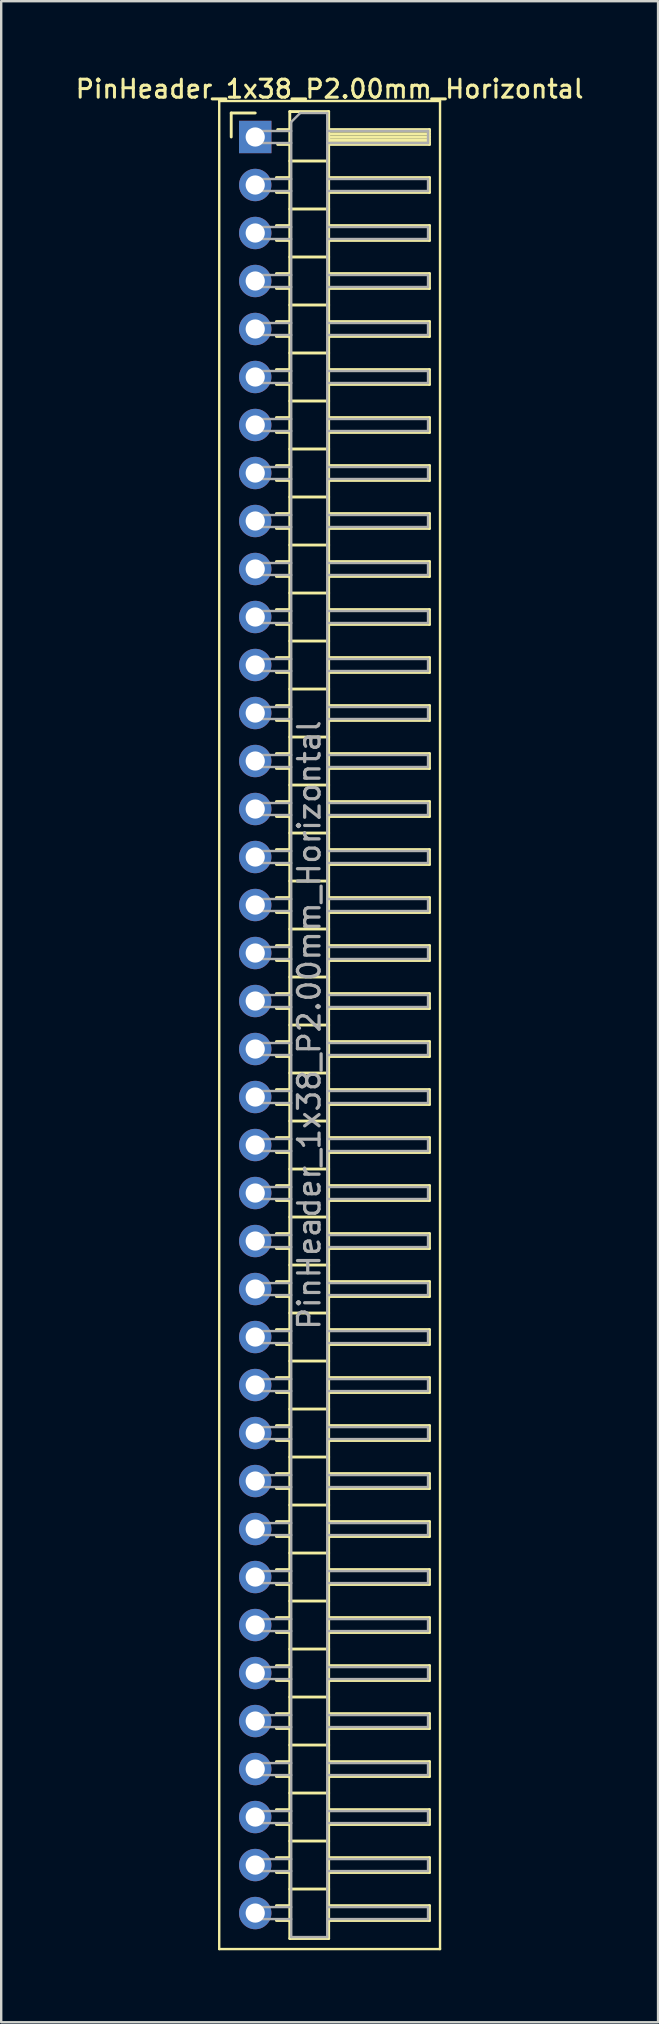
<source format=kicad_pcb>
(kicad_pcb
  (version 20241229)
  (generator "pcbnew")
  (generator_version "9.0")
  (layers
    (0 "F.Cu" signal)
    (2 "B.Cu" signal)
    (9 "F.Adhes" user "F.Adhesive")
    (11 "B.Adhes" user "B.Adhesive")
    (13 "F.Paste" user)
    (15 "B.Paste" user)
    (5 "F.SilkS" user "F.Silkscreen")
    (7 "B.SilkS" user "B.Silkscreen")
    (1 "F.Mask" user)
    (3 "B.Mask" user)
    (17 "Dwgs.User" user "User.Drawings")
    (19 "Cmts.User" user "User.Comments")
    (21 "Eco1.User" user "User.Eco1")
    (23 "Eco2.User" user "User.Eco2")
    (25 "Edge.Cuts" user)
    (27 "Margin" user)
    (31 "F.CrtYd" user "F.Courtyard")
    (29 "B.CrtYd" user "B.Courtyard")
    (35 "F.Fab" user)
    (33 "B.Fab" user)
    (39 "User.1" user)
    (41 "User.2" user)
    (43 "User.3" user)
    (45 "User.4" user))
  (footprint "PinHeader_1x38_P2.00mm_Horizontal"
    (layer "F.Cu")
    (at 7.584 2.658)
    (property "Reference" "PinHeader_1x38_P2.00mm_Horizontal" (at 3.1 -2 0) (layer "F.SilkS") (effects (font (size 0.75 0.75) (thickness 0.125))))
    (attr through_hole)
    (fp_line (start -1.5 -1.5) (end -1.5 75.5) (stroke (width 0.1) (type solid)) (layer "F.SilkS"))
    (fp_line (start -1.5 75.5) (end 7.7 75.5) (stroke (width 0.1) (type solid)) (layer "F.SilkS"))
    (fp_line (start -1 -1) (end 0 -1) (stroke (width 0.12) (type solid)) (layer "F.SilkS"))
    (fp_line (start -1 0) (end -1 -1) (stroke (width 0.12) (type solid)) (layer "F.SilkS"))
    (fp_line (start 0.882 1.69) (end 1.44 1.69) (stroke (width 0.12) (type solid)) (layer "F.SilkS"))
    (fp_line (start 0.882 2.31) (end 1.44 2.31) (stroke (width 0.12) (type solid)) (layer "F.SilkS"))
    (fp_line (start 0.882 3.69) (end 1.44 3.69) (stroke (width 0.12) (type solid)) (layer "F.SilkS"))
    (fp_line (start 0.882 4.31) (end 1.44 4.31) (stroke (width 0.12) (type solid)) (layer "F.SilkS"))
    (fp_line (start 0.882 5.69) (end 1.44 5.69) (stroke (width 0.12) (type solid)) (layer "F.SilkS"))
    (fp_line (start 0.882 6.31) (end 1.44 6.31) (stroke (width 0.12) (type solid)) (layer "F.SilkS"))
    (fp_line (start 0.882 7.69) (end 1.44 7.69) (stroke (width 0.12) (type solid)) (layer "F.SilkS"))
    (fp_line (start 0.882 8.31) (end 1.44 8.31) (stroke (width 0.12) (type solid)) (layer "F.SilkS"))
    (fp_line (start 0.882 9.69) (end 1.44 9.69) (stroke (width 0.12) (type solid)) (layer "F.SilkS"))
    (fp_line (start 0.882 10.31) (end 1.44 10.31) (stroke (width 0.12) (type solid)) (layer "F.SilkS"))
    (fp_line (start 0.882 11.69) (end 1.44 11.69) (stroke (width 0.12) (type solid)) (layer "F.SilkS"))
    (fp_line (start 0.882 12.31) (end 1.44 12.31) (stroke (width 0.12) (type solid)) (layer "F.SilkS"))
    (fp_line (start 0.882 13.69) (end 1.44 13.69) (stroke (width 0.12) (type solid)) (layer "F.SilkS"))
    (fp_line (start 0.882 14.31) (end 1.44 14.31) (stroke (width 0.12) (type solid)) (layer "F.SilkS"))
    (fp_line (start 0.882 15.69) (end 1.44 15.69) (stroke (width 0.12) (type solid)) (layer "F.SilkS"))
    (fp_line (start 0.882 16.31) (end 1.44 16.31) (stroke (width 0.12) (type solid)) (layer "F.SilkS"))
    (fp_line (start 0.882 17.69) (end 1.44 17.69) (stroke (width 0.12) (type solid)) (layer "F.SilkS"))
    (fp_line (start 0.882 18.31) (end 1.44 18.31) (stroke (width 0.12) (type solid)) (layer "F.SilkS"))
    (fp_line (start 0.882 19.69) (end 1.44 19.69) (stroke (width 0.12) (type solid)) (layer "F.SilkS"))
    (fp_line (start 0.882 20.31) (end 1.44 20.31) (stroke (width 0.12) (type solid)) (layer "F.SilkS"))
    (fp_line (start 0.882 21.69) (end 1.44 21.69) (stroke (width 0.12) (type solid)) (layer "F.SilkS"))
    (fp_line (start 0.882 22.31) (end 1.44 22.31) (stroke (width 0.12) (type solid)) (layer "F.SilkS"))
    (fp_line (start 0.882 23.69) (end 1.44 23.69) (stroke (width 0.12) (type solid)) (layer "F.SilkS"))
    (fp_line (start 0.882 24.31) (end 1.44 24.31) (stroke (width 0.12) (type solid)) (layer "F.SilkS"))
    (fp_line (start 0.882 25.69) (end 1.44 25.69) (stroke (width 0.12) (type solid)) (layer "F.SilkS"))
    (fp_line (start 0.882 26.31) (end 1.44 26.31) (stroke (width 0.12) (type solid)) (layer "F.SilkS"))
    (fp_line (start 0.882 27.69) (end 1.44 27.69) (stroke (width 0.12) (type solid)) (layer "F.SilkS"))
    (fp_line (start 0.882 28.31) (end 1.44 28.31) (stroke (width 0.12) (type solid)) (layer "F.SilkS"))
    (fp_line (start 0.882 29.69) (end 1.44 29.69) (stroke (width 0.12) (type solid)) (layer "F.SilkS"))
    (fp_line (start 0.882 30.31) (end 1.44 30.31) (stroke (width 0.12) (type solid)) (layer "F.SilkS"))
    (fp_line (start 0.882 31.69) (end 1.44 31.69) (stroke (width 0.12) (type solid)) (layer "F.SilkS"))
    (fp_line (start 0.882 32.31) (end 1.44 32.31) (stroke (width 0.12) (type solid)) (layer "F.SilkS"))
    (fp_line (start 0.882 33.69) (end 1.44 33.69) (stroke (width 0.12) (type solid)) (layer "F.SilkS"))
    (fp_line (start 0.882 34.31) (end 1.44 34.31) (stroke (width 0.12) (type solid)) (layer "F.SilkS"))
    (fp_line (start 0.882 35.69) (end 1.44 35.69) (stroke (width 0.12) (type solid)) (layer "F.SilkS"))
    (fp_line (start 0.882 36.31) (end 1.44 36.31) (stroke (width 0.12) (type solid)) (layer "F.SilkS"))
    (fp_line (start 0.882 37.69) (end 1.44 37.69) (stroke (width 0.12) (type solid)) (layer "F.SilkS"))
    (fp_line (start 0.882 38.31) (end 1.44 38.31) (stroke (width 0.12) (type solid)) (layer "F.SilkS"))
    (fp_line (start 0.882 39.69) (end 1.44 39.69) (stroke (width 0.12) (type solid)) (layer "F.SilkS"))
    (fp_line (start 0.882 40.31) (end 1.44 40.31) (stroke (width 0.12) (type solid)) (layer "F.SilkS"))
    (fp_line (start 0.882 41.69) (end 1.44 41.69) (stroke (width 0.12) (type solid)) (layer "F.SilkS"))
    (fp_line (start 0.882 42.31) (end 1.44 42.31) (stroke (width 0.12) (type solid)) (layer "F.SilkS"))
    (fp_line (start 0.882 43.69) (end 1.44 43.69) (stroke (width 0.12) (type solid)) (layer "F.SilkS"))
    (fp_line (start 0.882 44.31) (end 1.44 44.31) (stroke (width 0.12) (type solid)) (layer "F.SilkS"))
    (fp_line (start 0.882 45.69) (end 1.44 45.69) (stroke (width 0.12) (type solid)) (layer "F.SilkS"))
    (fp_line (start 0.882 46.31) (end 1.44 46.31) (stroke (width 0.12) (type solid)) (layer "F.SilkS"))
    (fp_line (start 0.882 47.69) (end 1.44 47.69) (stroke (width 0.12) (type solid)) (layer "F.SilkS"))
    (fp_line (start 0.882 48.31) (end 1.44 48.31) (stroke (width 0.12) (type solid)) (layer "F.SilkS"))
    (fp_line (start 0.882 49.69) (end 1.44 49.69) (stroke (width 0.12) (type solid)) (layer "F.SilkS"))
    (fp_line (start 0.882 50.31) (end 1.44 50.31) (stroke (width 0.12) (type solid)) (layer "F.SilkS"))
    (fp_line (start 0.882 51.69) (end 1.44 51.69) (stroke (width 0.12) (type solid)) (layer "F.SilkS"))
    (fp_line (start 0.882 52.31) (end 1.44 52.31) (stroke (width 0.12) (type solid)) (layer "F.SilkS"))
    (fp_line (start 0.882 53.69) (end 1.44 53.69) (stroke (width 0.12) (type solid)) (layer "F.SilkS"))
    (fp_line (start 0.882 54.31) (end 1.44 54.31) (stroke (width 0.12) (type solid)) (layer "F.SilkS"))
    (fp_line (start 0.882 55.69) (end 1.44 55.69) (stroke (width 0.12) (type solid)) (layer "F.SilkS"))
    (fp_line (start 0.882 56.31) (end 1.44 56.31) (stroke (width 0.12) (type solid)) (layer "F.SilkS"))
    (fp_line (start 0.882 57.69) (end 1.44 57.69) (stroke (width 0.12) (type solid)) (layer "F.SilkS"))
    (fp_line (start 0.882 58.31) (end 1.44 58.31) (stroke (width 0.12) (type solid)) (layer "F.SilkS"))
    (fp_line (start 0.882 59.69) (end 1.44 59.69) (stroke (width 0.12) (type solid)) (layer "F.SilkS"))
    (fp_line (start 0.882 60.31) (end 1.44 60.31) (stroke (width 0.12) (type solid)) (layer "F.SilkS"))
    (fp_line (start 0.882 61.69) (end 1.44 61.69) (stroke (width 0.12) (type solid)) (layer "F.SilkS"))
    (fp_line (start 0.882 62.31) (end 1.44 62.31) (stroke (width 0.12) (type solid)) (layer "F.SilkS"))
    (fp_line (start 0.882 63.69) (end 1.44 63.69) (stroke (width 0.12) (type solid)) (layer "F.SilkS"))
    (fp_line (start 0.882 64.31) (end 1.44 64.31) (stroke (width 0.12) (type solid)) (layer "F.SilkS"))
    (fp_line (start 0.882 65.69) (end 1.44 65.69) (stroke (width 0.12) (type solid)) (layer "F.SilkS"))
    (fp_line (start 0.882 66.31) (end 1.44 66.31) (stroke (width 0.12) (type solid)) (layer "F.SilkS"))
    (fp_line (start 0.882 67.69) (end 1.44 67.69) (stroke (width 0.12) (type solid)) (layer "F.SilkS"))
    (fp_line (start 0.882 68.31) (end 1.44 68.31) (stroke (width 0.12) (type solid)) (layer "F.SilkS"))
    (fp_line (start 0.882 69.69) (end 1.44 69.69) (stroke (width 0.12) (type solid)) (layer "F.SilkS"))
    (fp_line (start 0.882 70.31) (end 1.44 70.31) (stroke (width 0.12) (type solid)) (layer "F.SilkS"))
    (fp_line (start 0.882 71.69) (end 1.44 71.69) (stroke (width 0.12) (type solid)) (layer "F.SilkS"))
    (fp_line (start 0.882 72.31) (end 1.44 72.31) (stroke (width 0.12) (type solid)) (layer "F.SilkS"))
    (fp_line (start 0.882 73.69) (end 1.44 73.69) (stroke (width 0.12) (type solid)) (layer "F.SilkS"))
    (fp_line (start 0.882 74.31) (end 1.44 74.31) (stroke (width 0.12) (type solid)) (layer "F.SilkS"))
    (fp_line (start 0.935 -0.31) (end 1.44 -0.31) (stroke (width 0.12) (type solid)) (layer "F.SilkS"))
    (fp_line (start 0.935 0.31) (end 1.44 0.31) (stroke (width 0.12) (type solid)) (layer "F.SilkS"))
    (fp_line (start 1.44 -1.06) (end 1.44 75.06) (stroke (width 0.12) (type solid)) (layer "F.SilkS"))
    (fp_line (start 1.44 1) (end 3.06 1) (stroke (width 0.12) (type solid)) (layer "F.SilkS"))
    (fp_line (start 1.44 3) (end 3.06 3) (stroke (width 0.12) (type solid)) (layer "F.SilkS"))
    (fp_line (start 1.44 5) (end 3.06 5) (stroke (width 0.12) (type solid)) (layer "F.SilkS"))
    (fp_line (start 1.44 7) (end 3.06 7) (stroke (width 0.12) (type solid)) (layer "F.SilkS"))
    (fp_line (start 1.44 9) (end 3.06 9) (stroke (width 0.12) (type solid)) (layer "F.SilkS"))
    (fp_line (start 1.44 11) (end 3.06 11) (stroke (width 0.12) (type solid)) (layer "F.SilkS"))
    (fp_line (start 1.44 13) (end 3.06 13) (stroke (width 0.12) (type solid)) (layer "F.SilkS"))
    (fp_line (start 1.44 15) (end 3.06 15) (stroke (width 0.12) (type solid)) (layer "F.SilkS"))
    (fp_line (start 1.44 17) (end 3.06 17) (stroke (width 0.12) (type solid)) (layer "F.SilkS"))
    (fp_line (start 1.44 19) (end 3.06 19) (stroke (width 0.12) (type solid)) (layer "F.SilkS"))
    (fp_line (start 1.44 21) (end 3.06 21) (stroke (width 0.12) (type solid)) (layer "F.SilkS"))
    (fp_line (start 1.44 23) (end 3.06 23) (stroke (width 0.12) (type solid)) (layer "F.SilkS"))
    (fp_line (start 1.44 25) (end 3.06 25) (stroke (width 0.12) (type solid)) (layer "F.SilkS"))
    (fp_line (start 1.44 27) (end 3.06 27) (stroke (width 0.12) (type solid)) (layer "F.SilkS"))
    (fp_line (start 1.44 29) (end 3.06 29) (stroke (width 0.12) (type solid)) (layer "F.SilkS"))
    (fp_line (start 1.44 31) (end 3.06 31) (stroke (width 0.12) (type solid)) (layer "F.SilkS"))
    (fp_line (start 1.44 33) (end 3.06 33) (stroke (width 0.12) (type solid)) (layer "F.SilkS"))
    (fp_line (start 1.44 35) (end 3.06 35) (stroke (width 0.12) (type solid)) (layer "F.SilkS"))
    (fp_line (start 1.44 37) (end 3.06 37) (stroke (width 0.12) (type solid)) (layer "F.SilkS"))
    (fp_line (start 1.44 39) (end 3.06 39) (stroke (width 0.12) (type solid)) (layer "F.SilkS"))
    (fp_line (start 1.44 41) (end 3.06 41) (stroke (width 0.12) (type solid)) (layer "F.SilkS"))
    (fp_line (start 1.44 43) (end 3.06 43) (stroke (width 0.12) (type solid)) (layer "F.SilkS"))
    (fp_line (start 1.44 45) (end 3.06 45) (stroke (width 0.12) (type solid)) (layer "F.SilkS"))
    (fp_line (start 1.44 47) (end 3.06 47) (stroke (width 0.12) (type solid)) (layer "F.SilkS"))
    (fp_line (start 1.44 49) (end 3.06 49) (stroke (width 0.12) (type solid)) (layer "F.SilkS"))
    (fp_line (start 1.44 51) (end 3.06 51) (stroke (width 0.12) (type solid)) (layer "F.SilkS"))
    (fp_line (start 1.44 53) (end 3.06 53) (stroke (width 0.12) (type solid)) (layer "F.SilkS"))
    (fp_line (start 1.44 55) (end 3.06 55) (stroke (width 0.12) (type solid)) (layer "F.SilkS"))
    (fp_line (start 1.44 57) (end 3.06 57) (stroke (width 0.12) (type solid)) (layer "F.SilkS"))
    (fp_line (start 1.44 59) (end 3.06 59) (stroke (width 0.12) (type solid)) (layer "F.SilkS"))
    (fp_line (start 1.44 61) (end 3.06 61) (stroke (width 0.12) (type solid)) (layer "F.SilkS"))
    (fp_line (start 1.44 63) (end 3.06 63) (stroke (width 0.12) (type solid)) (layer "F.SilkS"))
    (fp_line (start 1.44 65) (end 3.06 65) (stroke (width 0.12) (type solid)) (layer "F.SilkS"))
    (fp_line (start 1.44 67) (end 3.06 67) (stroke (width 0.12) (type solid)) (layer "F.SilkS"))
    (fp_line (start 1.44 69) (end 3.06 69) (stroke (width 0.12) (type solid)) (layer "F.SilkS"))
    (fp_line (start 1.44 71) (end 3.06 71) (stroke (width 0.12) (type solid)) (layer "F.SilkS"))
    (fp_line (start 1.44 73) (end 3.06 73) (stroke (width 0.12) (type solid)) (layer "F.SilkS"))
    (fp_line (start 1.44 75.06) (end 3.06 75.06) (stroke (width 0.12) (type solid)) (layer "F.SilkS"))
    (fp_line (start 3.06 -1.06) (end 1.44 -1.06) (stroke (width 0.12) (type solid)) (layer "F.SilkS"))
    (fp_line (start 3.06 -0.31) (end 7.26 -0.31) (stroke (width 0.12) (type solid)) (layer "F.SilkS"))
    (fp_line (start 3.06 -0.25) (end 7.26 -0.25) (stroke (width 0.12) (type solid)) (layer "F.SilkS"))
    (fp_line (start 3.06 -0.13) (end 7.26 -0.13) (stroke (width 0.12) (type solid)) (layer "F.SilkS"))
    (fp_line (start 3.06 -0.01) (end 7.26 -0.01) (stroke (width 0.12) (type solid)) (layer "F.SilkS"))
    (fp_line (start 3.06 0.11) (end 7.26 0.11) (stroke (width 0.12) (type solid)) (layer "F.SilkS"))
    (fp_line (start 3.06 0.23) (end 7.26 0.23) (stroke (width 0.12) (type solid)) (layer "F.SilkS"))
    (fp_line (start 3.06 1.69) (end 7.26 1.69) (stroke (width 0.12) (type solid)) (layer "F.SilkS"))
    (fp_line (start 3.06 3.69) (end 7.26 3.69) (stroke (width 0.12) (type solid)) (layer "F.SilkS"))
    (fp_line (start 3.06 5.69) (end 7.26 5.69) (stroke (width 0.12) (type solid)) (layer "F.SilkS"))
    (fp_line (start 3.06 7.69) (end 7.26 7.69) (stroke (width 0.12) (type solid)) (layer "F.SilkS"))
    (fp_line (start 3.06 9.69) (end 7.26 9.69) (stroke (width 0.12) (type solid)) (layer "F.SilkS"))
    (fp_line (start 3.06 11.69) (end 7.26 11.69) (stroke (width 0.12) (type solid)) (layer "F.SilkS"))
    (fp_line (start 3.06 13.69) (end 7.26 13.69) (stroke (width 0.12) (type solid)) (layer "F.SilkS"))
    (fp_line (start 3.06 15.69) (end 7.26 15.69) (stroke (width 0.12) (type solid)) (layer "F.SilkS"))
    (fp_line (start 3.06 17.69) (end 7.26 17.69) (stroke (width 0.12) (type solid)) (layer "F.SilkS"))
    (fp_line (start 3.06 19.69) (end 7.26 19.69) (stroke (width 0.12) (type solid)) (layer "F.SilkS"))
    (fp_line (start 3.06 21.69) (end 7.26 21.69) (stroke (width 0.12) (type solid)) (layer "F.SilkS"))
    (fp_line (start 3.06 23.69) (end 7.26 23.69) (stroke (width 0.12) (type solid)) (layer "F.SilkS"))
    (fp_line (start 3.06 25.69) (end 7.26 25.69) (stroke (width 0.12) (type solid)) (layer "F.SilkS"))
    (fp_line (start 3.06 27.69) (end 7.26 27.69) (stroke (width 0.12) (type solid)) (layer "F.SilkS"))
    (fp_line (start 3.06 29.69) (end 7.26 29.69) (stroke (width 0.12) (type solid)) (layer "F.SilkS"))
    (fp_line (start 3.06 31.69) (end 7.26 31.69) (stroke (width 0.12) (type solid)) (layer "F.SilkS"))
    (fp_line (start 3.06 33.69) (end 7.26 33.69) (stroke (width 0.12) (type solid)) (layer "F.SilkS"))
    (fp_line (start 3.06 35.69) (end 7.26 35.69) (stroke (width 0.12) (type solid)) (layer "F.SilkS"))
    (fp_line (start 3.06 37.69) (end 7.26 37.69) (stroke (width 0.12) (type solid)) (layer "F.SilkS"))
    (fp_line (start 3.06 39.69) (end 7.26 39.69) (stroke (width 0.12) (type solid)) (layer "F.SilkS"))
    (fp_line (start 3.06 41.69) (end 7.26 41.69) (stroke (width 0.12) (type solid)) (layer "F.SilkS"))
    (fp_line (start 3.06 43.69) (end 7.26 43.69) (stroke (width 0.12) (type solid)) (layer "F.SilkS"))
    (fp_line (start 3.06 45.69) (end 7.26 45.69) (stroke (width 0.12) (type solid)) (layer "F.SilkS"))
    (fp_line (start 3.06 47.69) (end 7.26 47.69) (stroke (width 0.12) (type solid)) (layer "F.SilkS"))
    (fp_line (start 3.06 49.69) (end 7.26 49.69) (stroke (width 0.12) (type solid)) (layer "F.SilkS"))
    (fp_line (start 3.06 51.69) (end 7.26 51.69) (stroke (width 0.12) (type solid)) (layer "F.SilkS"))
    (fp_line (start 3.06 53.69) (end 7.26 53.69) (stroke (width 0.12) (type solid)) (layer "F.SilkS"))
    (fp_line (start 3.06 55.69) (end 7.26 55.69) (stroke (width 0.12) (type solid)) (layer "F.SilkS"))
    (fp_line (start 3.06 57.69) (end 7.26 57.69) (stroke (width 0.12) (type solid)) (layer "F.SilkS"))
    (fp_line (start 3.06 59.69) (end 7.26 59.69) (stroke (width 0.12) (type solid)) (layer "F.SilkS"))
    (fp_line (start 3.06 61.69) (end 7.26 61.69) (stroke (width 0.12) (type solid)) (layer "F.SilkS"))
    (fp_line (start 3.06 63.69) (end 7.26 63.69) (stroke (width 0.12) (type solid)) (layer "F.SilkS"))
    (fp_line (start 3.06 65.69) (end 7.26 65.69) (stroke (width 0.12) (type solid)) (layer "F.SilkS"))
    (fp_line (start 3.06 67.69) (end 7.26 67.69) (stroke (width 0.12) (type solid)) (layer "F.SilkS"))
    (fp_line (start 3.06 69.69) (end 7.26 69.69) (stroke (width 0.12) (type solid)) (layer "F.SilkS"))
    (fp_line (start 3.06 71.69) (end 7.26 71.69) (stroke (width 0.12) (type solid)) (layer "F.SilkS"))
    (fp_line (start 3.06 73.69) (end 7.26 73.69) (stroke (width 0.12) (type solid)) (layer "F.SilkS"))
    (fp_line (start 3.06 75.06) (end 3.06 -1.06) (stroke (width 0.12) (type solid)) (layer "F.SilkS"))
    (fp_line (start 7.26 -0.31) (end 7.26 0.31) (stroke (width 0.12) (type solid)) (layer "F.SilkS"))
    (fp_line (start 7.26 0.31) (end 3.06 0.31) (stroke (width 0.12) (type solid)) (layer "F.SilkS"))
    (fp_line (start 7.26 1.69) (end 7.26 2.31) (stroke (width 0.12) (type solid)) (layer "F.SilkS"))
    (fp_line (start 7.26 2.31) (end 3.06 2.31) (stroke (width 0.12) (type solid)) (layer "F.SilkS"))
    (fp_line (start 7.26 3.69) (end 7.26 4.31) (stroke (width 0.12) (type solid)) (layer "F.SilkS"))
    (fp_line (start 7.26 4.31) (end 3.06 4.31) (stroke (width 0.12) (type solid)) (layer "F.SilkS"))
    (fp_line (start 7.26 5.69) (end 7.26 6.31) (stroke (width 0.12) (type solid)) (layer "F.SilkS"))
    (fp_line (start 7.26 6.31) (end 3.06 6.31) (stroke (width 0.12) (type solid)) (layer "F.SilkS"))
    (fp_line (start 7.26 7.69) (end 7.26 8.31) (stroke (width 0.12) (type solid)) (layer "F.SilkS"))
    (fp_line (start 7.26 8.31) (end 3.06 8.31) (stroke (width 0.12) (type solid)) (layer "F.SilkS"))
    (fp_line (start 7.26 9.69) (end 7.26 10.31) (stroke (width 0.12) (type solid)) (layer "F.SilkS"))
    (fp_line (start 7.26 10.31) (end 3.06 10.31) (stroke (width 0.12) (type solid)) (layer "F.SilkS"))
    (fp_line (start 7.26 11.69) (end 7.26 12.31) (stroke (width 0.12) (type solid)) (layer "F.SilkS"))
    (fp_line (start 7.26 12.31) (end 3.06 12.31) (stroke (width 0.12) (type solid)) (layer "F.SilkS"))
    (fp_line (start 7.26 13.69) (end 7.26 14.31) (stroke (width 0.12) (type solid)) (layer "F.SilkS"))
    (fp_line (start 7.26 14.31) (end 3.06 14.31) (stroke (width 0.12) (type solid)) (layer "F.SilkS"))
    (fp_line (start 7.26 15.69) (end 7.26 16.31) (stroke (width 0.12) (type solid)) (layer "F.SilkS"))
    (fp_line (start 7.26 16.31) (end 3.06 16.31) (stroke (width 0.12) (type solid)) (layer "F.SilkS"))
    (fp_line (start 7.26 17.69) (end 7.26 18.31) (stroke (width 0.12) (type solid)) (layer "F.SilkS"))
    (fp_line (start 7.26 18.31) (end 3.06 18.31) (stroke (width 0.12) (type solid)) (layer "F.SilkS"))
    (fp_line (start 7.26 19.69) (end 7.26 20.31) (stroke (width 0.12) (type solid)) (layer "F.SilkS"))
    (fp_line (start 7.26 20.31) (end 3.06 20.31) (stroke (width 0.12) (type solid)) (layer "F.SilkS"))
    (fp_line (start 7.26 21.69) (end 7.26 22.31) (stroke (width 0.12) (type solid)) (layer "F.SilkS"))
    (fp_line (start 7.26 22.31) (end 3.06 22.31) (stroke (width 0.12) (type solid)) (layer "F.SilkS"))
    (fp_line (start 7.26 23.69) (end 7.26 24.31) (stroke (width 0.12) (type solid)) (layer "F.SilkS"))
    (fp_line (start 7.26 24.31) (end 3.06 24.31) (stroke (width 0.12) (type solid)) (layer "F.SilkS"))
    (fp_line (start 7.26 25.69) (end 7.26 26.31) (stroke (width 0.12) (type solid)) (layer "F.SilkS"))
    (fp_line (start 7.26 26.31) (end 3.06 26.31) (stroke (width 0.12) (type solid)) (layer "F.SilkS"))
    (fp_line (start 7.26 27.69) (end 7.26 28.31) (stroke (width 0.12) (type solid)) (layer "F.SilkS"))
    (fp_line (start 7.26 28.31) (end 3.06 28.31) (stroke (width 0.12) (type solid)) (layer "F.SilkS"))
    (fp_line (start 7.26 29.69) (end 7.26 30.31) (stroke (width 0.12) (type solid)) (layer "F.SilkS"))
    (fp_line (start 7.26 30.31) (end 3.06 30.31) (stroke (width 0.12) (type solid)) (layer "F.SilkS"))
    (fp_line (start 7.26 31.69) (end 7.26 32.31) (stroke (width 0.12) (type solid)) (layer "F.SilkS"))
    (fp_line (start 7.26 32.31) (end 3.06 32.31) (stroke (width 0.12) (type solid)) (layer "F.SilkS"))
    (fp_line (start 7.26 33.69) (end 7.26 34.31) (stroke (width 0.12) (type solid)) (layer "F.SilkS"))
    (fp_line (start 7.26 34.31) (end 3.06 34.31) (stroke (width 0.12) (type solid)) (layer "F.SilkS"))
    (fp_line (start 7.26 35.69) (end 7.26 36.31) (stroke (width 0.12) (type solid)) (layer "F.SilkS"))
    (fp_line (start 7.26 36.31) (end 3.06 36.31) (stroke (width 0.12) (type solid)) (layer "F.SilkS"))
    (fp_line (start 7.26 37.69) (end 7.26 38.31) (stroke (width 0.12) (type solid)) (layer "F.SilkS"))
    (fp_line (start 7.26 38.31) (end 3.06 38.31) (stroke (width 0.12) (type solid)) (layer "F.SilkS"))
    (fp_line (start 7.26 39.69) (end 7.26 40.31) (stroke (width 0.12) (type solid)) (layer "F.SilkS"))
    (fp_line (start 7.26 40.31) (end 3.06 40.31) (stroke (width 0.12) (type solid)) (layer "F.SilkS"))
    (fp_line (start 7.26 41.69) (end 7.26 42.31) (stroke (width 0.12) (type solid)) (layer "F.SilkS"))
    (fp_line (start 7.26 42.31) (end 3.06 42.31) (stroke (width 0.12) (type solid)) (layer "F.SilkS"))
    (fp_line (start 7.26 43.69) (end 7.26 44.31) (stroke (width 0.12) (type solid)) (layer "F.SilkS"))
    (fp_line (start 7.26 44.31) (end 3.06 44.31) (stroke (width 0.12) (type solid)) (layer "F.SilkS"))
    (fp_line (start 7.26 45.69) (end 7.26 46.31) (stroke (width 0.12) (type solid)) (layer "F.SilkS"))
    (fp_line (start 7.26 46.31) (end 3.06 46.31) (stroke (width 0.12) (type solid)) (layer "F.SilkS"))
    (fp_line (start 7.26 47.69) (end 7.26 48.31) (stroke (width 0.12) (type solid)) (layer "F.SilkS"))
    (fp_line (start 7.26 48.31) (end 3.06 48.31) (stroke (width 0.12) (type solid)) (layer "F.SilkS"))
    (fp_line (start 7.26 49.69) (end 7.26 50.31) (stroke (width 0.12) (type solid)) (layer "F.SilkS"))
    (fp_line (start 7.26 50.31) (end 3.06 50.31) (stroke (width 0.12) (type solid)) (layer "F.SilkS"))
    (fp_line (start 7.26 51.69) (end 7.26 52.31) (stroke (width 0.12) (type solid)) (layer "F.SilkS"))
    (fp_line (start 7.26 52.31) (end 3.06 52.31) (stroke (width 0.12) (type solid)) (layer "F.SilkS"))
    (fp_line (start 7.26 53.69) (end 7.26 54.31) (stroke (width 0.12) (type solid)) (layer "F.SilkS"))
    (fp_line (start 7.26 54.31) (end 3.06 54.31) (stroke (width 0.12) (type solid)) (layer "F.SilkS"))
    (fp_line (start 7.26 55.69) (end 7.26 56.31) (stroke (width 0.12) (type solid)) (layer "F.SilkS"))
    (fp_line (start 7.26 56.31) (end 3.06 56.31) (stroke (width 0.12) (type solid)) (layer "F.SilkS"))
    (fp_line (start 7.26 57.69) (end 7.26 58.31) (stroke (width 0.12) (type solid)) (layer "F.SilkS"))
    (fp_line (start 7.26 58.31) (end 3.06 58.31) (stroke (width 0.12) (type solid)) (layer "F.SilkS"))
    (fp_line (start 7.26 59.69) (end 7.26 60.31) (stroke (width 0.12) (type solid)) (layer "F.SilkS"))
    (fp_line (start 7.26 60.31) (end 3.06 60.31) (stroke (width 0.12) (type solid)) (layer "F.SilkS"))
    (fp_line (start 7.26 61.69) (end 7.26 62.31) (stroke (width 0.12) (type solid)) (layer "F.SilkS"))
    (fp_line (start 7.26 62.31) (end 3.06 62.31) (stroke (width 0.12) (type solid)) (layer "F.SilkS"))
    (fp_line (start 7.26 63.69) (end 7.26 64.31) (stroke (width 0.12) (type solid)) (layer "F.SilkS"))
    (fp_line (start 7.26 64.31) (end 3.06 64.31) (stroke (width 0.12) (type solid)) (layer "F.SilkS"))
    (fp_line (start 7.26 65.69) (end 7.26 66.31) (stroke (width 0.12) (type solid)) (layer "F.SilkS"))
    (fp_line (start 7.26 66.31) (end 3.06 66.31) (stroke (width 0.12) (type solid)) (layer "F.SilkS"))
    (fp_line (start 7.26 67.69) (end 7.26 68.31) (stroke (width 0.12) (type solid)) (layer "F.SilkS"))
    (fp_line (start 7.26 68.31) (end 3.06 68.31) (stroke (width 0.12) (type solid)) (layer "F.SilkS"))
    (fp_line (start 7.26 69.69) (end 7.26 70.31) (stroke (width 0.12) (type solid)) (layer "F.SilkS"))
    (fp_line (start 7.26 70.31) (end 3.06 70.31) (stroke (width 0.12) (type solid)) (layer "F.SilkS"))
    (fp_line (start 7.26 71.69) (end 7.26 72.31) (stroke (width 0.12) (type solid)) (layer "F.SilkS"))
    (fp_line (start 7.26 72.31) (end 3.06 72.31) (stroke (width 0.12) (type solid)) (layer "F.SilkS"))
    (fp_line (start 7.26 73.69) (end 7.26 74.31) (stroke (width 0.12) (type solid)) (layer "F.SilkS"))
    (fp_line (start 7.26 74.31) (end 3.06 74.31) (stroke (width 0.12) (type solid)) (layer "F.SilkS"))
    (fp_line (start 7.7 -1.5) (end -1.5 -1.5) (stroke (width 0.1) (type solid)) (layer "F.SilkS"))
    (fp_line (start 7.7 75.5) (end 7.7 -1.5) (stroke (width 0.1) (type solid)) (layer "F.SilkS"))
    (fp_line (start -0.25 -0.25) (end -0.25 0.25) (stroke (width 0.1) (type solid)) (layer "F.Fab"))
    (fp_line (start -0.25 -0.25) (end 1.5 -0.25) (stroke (width 0.1) (type solid)) (layer "F.Fab"))
    (fp_line (start -0.25 0.25) (end 1.5 0.25) (stroke (width 0.1) (type solid)) (layer "F.Fab"))
    (fp_line (start -0.25 1.75) (end -0.25 2.25) (stroke (width 0.1) (type solid)) (layer "F.Fab"))
    (fp_line (start -0.25 1.75) (end 1.5 1.75) (stroke (width 0.1) (type solid)) (layer "F.Fab"))
    (fp_line (start -0.25 2.25) (end 1.5 2.25) (stroke (width 0.1) (type solid)) (layer "F.Fab"))
    (fp_line (start -0.25 3.75) (end -0.25 4.25) (stroke (width 0.1) (type solid)) (layer "F.Fab"))
    (fp_line (start -0.25 3.75) (end 1.5 3.75) (stroke (width 0.1) (type solid)) (layer "F.Fab"))
    (fp_line (start -0.25 4.25) (end 1.5 4.25) (stroke (width 0.1) (type solid)) (layer "F.Fab"))
    (fp_line (start -0.25 5.75) (end -0.25 6.25) (stroke (width 0.1) (type solid)) (layer "F.Fab"))
    (fp_line (start -0.25 5.75) (end 1.5 5.75) (stroke (width 0.1) (type solid)) (layer "F.Fab"))
    (fp_line (start -0.25 6.25) (end 1.5 6.25) (stroke (width 0.1) (type solid)) (layer "F.Fab"))
    (fp_line (start -0.25 7.75) (end -0.25 8.25) (stroke (width 0.1) (type solid)) (layer "F.Fab"))
    (fp_line (start -0.25 7.75) (end 1.5 7.75) (stroke (width 0.1) (type solid)) (layer "F.Fab"))
    (fp_line (start -0.25 8.25) (end 1.5 8.25) (stroke (width 0.1) (type solid)) (layer "F.Fab"))
    (fp_line (start -0.25 9.75) (end -0.25 10.25) (stroke (width 0.1) (type solid)) (layer "F.Fab"))
    (fp_line (start -0.25 9.75) (end 1.5 9.75) (stroke (width 0.1) (type solid)) (layer "F.Fab"))
    (fp_line (start -0.25 10.25) (end 1.5 10.25) (stroke (width 0.1) (type solid)) (layer "F.Fab"))
    (fp_line (start -0.25 11.75) (end -0.25 12.25) (stroke (width 0.1) (type solid)) (layer "F.Fab"))
    (fp_line (start -0.25 11.75) (end 1.5 11.75) (stroke (width 0.1) (type solid)) (layer "F.Fab"))
    (fp_line (start -0.25 12.25) (end 1.5 12.25) (stroke (width 0.1) (type solid)) (layer "F.Fab"))
    (fp_line (start -0.25 13.75) (end -0.25 14.25) (stroke (width 0.1) (type solid)) (layer "F.Fab"))
    (fp_line (start -0.25 13.75) (end 1.5 13.75) (stroke (width 0.1) (type solid)) (layer "F.Fab"))
    (fp_line (start -0.25 14.25) (end 1.5 14.25) (stroke (width 0.1) (type solid)) (layer "F.Fab"))
    (fp_line (start -0.25 15.75) (end -0.25 16.25) (stroke (width 0.1) (type solid)) (layer "F.Fab"))
    (fp_line (start -0.25 15.75) (end 1.5 15.75) (stroke (width 0.1) (type solid)) (layer "F.Fab"))
    (fp_line (start -0.25 16.25) (end 1.5 16.25) (stroke (width 0.1) (type solid)) (layer "F.Fab"))
    (fp_line (start -0.25 17.75) (end -0.25 18.25) (stroke (width 0.1) (type solid)) (layer "F.Fab"))
    (fp_line (start -0.25 17.75) (end 1.5 17.75) (stroke (width 0.1) (type solid)) (layer "F.Fab"))
    (fp_line (start -0.25 18.25) (end 1.5 18.25) (stroke (width 0.1) (type solid)) (layer "F.Fab"))
    (fp_line (start -0.25 19.75) (end -0.25 20.25) (stroke (width 0.1) (type solid)) (layer "F.Fab"))
    (fp_line (start -0.25 19.75) (end 1.5 19.75) (stroke (width 0.1) (type solid)) (layer "F.Fab"))
    (fp_line (start -0.25 20.25) (end 1.5 20.25) (stroke (width 0.1) (type solid)) (layer "F.Fab"))
    (fp_line (start -0.25 21.75) (end -0.25 22.25) (stroke (width 0.1) (type solid)) (layer "F.Fab"))
    (fp_line (start -0.25 21.75) (end 1.5 21.75) (stroke (width 0.1) (type solid)) (layer "F.Fab"))
    (fp_line (start -0.25 22.25) (end 1.5 22.25) (stroke (width 0.1) (type solid)) (layer "F.Fab"))
    (fp_line (start -0.25 23.75) (end -0.25 24.25) (stroke (width 0.1) (type solid)) (layer "F.Fab"))
    (fp_line (start -0.25 23.75) (end 1.5 23.75) (stroke (width 0.1) (type solid)) (layer "F.Fab"))
    (fp_line (start -0.25 24.25) (end 1.5 24.25) (stroke (width 0.1) (type solid)) (layer "F.Fab"))
    (fp_line (start -0.25 25.75) (end -0.25 26.25) (stroke (width 0.1) (type solid)) (layer "F.Fab"))
    (fp_line (start -0.25 25.75) (end 1.5 25.75) (stroke (width 0.1) (type solid)) (layer "F.Fab"))
    (fp_line (start -0.25 26.25) (end 1.5 26.25) (stroke (width 0.1) (type solid)) (layer "F.Fab"))
    (fp_line (start -0.25 27.75) (end -0.25 28.25) (stroke (width 0.1) (type solid)) (layer "F.Fab"))
    (fp_line (start -0.25 27.75) (end 1.5 27.75) (stroke (width 0.1) (type solid)) (layer "F.Fab"))
    (fp_line (start -0.25 28.25) (end 1.5 28.25) (stroke (width 0.1) (type solid)) (layer "F.Fab"))
    (fp_line (start -0.25 29.75) (end -0.25 30.25) (stroke (width 0.1) (type solid)) (layer "F.Fab"))
    (fp_line (start -0.25 29.75) (end 1.5 29.75) (stroke (width 0.1) (type solid)) (layer "F.Fab"))
    (fp_line (start -0.25 30.25) (end 1.5 30.25) (stroke (width 0.1) (type solid)) (layer "F.Fab"))
    (fp_line (start -0.25 31.75) (end -0.25 32.25) (stroke (width 0.1) (type solid)) (layer "F.Fab"))
    (fp_line (start -0.25 31.75) (end 1.5 31.75) (stroke (width 0.1) (type solid)) (layer "F.Fab"))
    (fp_line (start -0.25 32.25) (end 1.5 32.25) (stroke (width 0.1) (type solid)) (layer "F.Fab"))
    (fp_line (start -0.25 33.75) (end -0.25 34.25) (stroke (width 0.1) (type solid)) (layer "F.Fab"))
    (fp_line (start -0.25 33.75) (end 1.5 33.75) (stroke (width 0.1) (type solid)) (layer "F.Fab"))
    (fp_line (start -0.25 34.25) (end 1.5 34.25) (stroke (width 0.1) (type solid)) (layer "F.Fab"))
    (fp_line (start -0.25 35.75) (end -0.25 36.25) (stroke (width 0.1) (type solid)) (layer "F.Fab"))
    (fp_line (start -0.25 35.75) (end 1.5 35.75) (stroke (width 0.1) (type solid)) (layer "F.Fab"))
    (fp_line (start -0.25 36.25) (end 1.5 36.25) (stroke (width 0.1) (type solid)) (layer "F.Fab"))
    (fp_line (start -0.25 37.75) (end -0.25 38.25) (stroke (width 0.1) (type solid)) (layer "F.Fab"))
    (fp_line (start -0.25 37.75) (end 1.5 37.75) (stroke (width 0.1) (type solid)) (layer "F.Fab"))
    (fp_line (start -0.25 38.25) (end 1.5 38.25) (stroke (width 0.1) (type solid)) (layer "F.Fab"))
    (fp_line (start -0.25 39.75) (end -0.25 40.25) (stroke (width 0.1) (type solid)) (layer "F.Fab"))
    (fp_line (start -0.25 39.75) (end 1.5 39.75) (stroke (width 0.1) (type solid)) (layer "F.Fab"))
    (fp_line (start -0.25 40.25) (end 1.5 40.25) (stroke (width 0.1) (type solid)) (layer "F.Fab"))
    (fp_line (start -0.25 41.75) (end -0.25 42.25) (stroke (width 0.1) (type solid)) (layer "F.Fab"))
    (fp_line (start -0.25 41.75) (end 1.5 41.75) (stroke (width 0.1) (type solid)) (layer "F.Fab"))
    (fp_line (start -0.25 42.25) (end 1.5 42.25) (stroke (width 0.1) (type solid)) (layer "F.Fab"))
    (fp_line (start -0.25 43.75) (end -0.25 44.25) (stroke (width 0.1) (type solid)) (layer "F.Fab"))
    (fp_line (start -0.25 43.75) (end 1.5 43.75) (stroke (width 0.1) (type solid)) (layer "F.Fab"))
    (fp_line (start -0.25 44.25) (end 1.5 44.25) (stroke (width 0.1) (type solid)) (layer "F.Fab"))
    (fp_line (start -0.25 45.75) (end -0.25 46.25) (stroke (width 0.1) (type solid)) (layer "F.Fab"))
    (fp_line (start -0.25 45.75) (end 1.5 45.75) (stroke (width 0.1) (type solid)) (layer "F.Fab"))
    (fp_line (start -0.25 46.25) (end 1.5 46.25) (stroke (width 0.1) (type solid)) (layer "F.Fab"))
    (fp_line (start -0.25 47.75) (end -0.25 48.25) (stroke (width 0.1) (type solid)) (layer "F.Fab"))
    (fp_line (start -0.25 47.75) (end 1.5 47.75) (stroke (width 0.1) (type solid)) (layer "F.Fab"))
    (fp_line (start -0.25 48.25) (end 1.5 48.25) (stroke (width 0.1) (type solid)) (layer "F.Fab"))
    (fp_line (start -0.25 49.75) (end -0.25 50.25) (stroke (width 0.1) (type solid)) (layer "F.Fab"))
    (fp_line (start -0.25 49.75) (end 1.5 49.75) (stroke (width 0.1) (type solid)) (layer "F.Fab"))
    (fp_line (start -0.25 50.25) (end 1.5 50.25) (stroke (width 0.1) (type solid)) (layer "F.Fab"))
    (fp_line (start -0.25 51.75) (end -0.25 52.25) (stroke (width 0.1) (type solid)) (layer "F.Fab"))
    (fp_line (start -0.25 51.75) (end 1.5 51.75) (stroke (width 0.1) (type solid)) (layer "F.Fab"))
    (fp_line (start -0.25 52.25) (end 1.5 52.25) (stroke (width 0.1) (type solid)) (layer "F.Fab"))
    (fp_line (start -0.25 53.75) (end -0.25 54.25) (stroke (width 0.1) (type solid)) (layer "F.Fab"))
    (fp_line (start -0.25 53.75) (end 1.5 53.75) (stroke (width 0.1) (type solid)) (layer "F.Fab"))
    (fp_line (start -0.25 54.25) (end 1.5 54.25) (stroke (width 0.1) (type solid)) (layer "F.Fab"))
    (fp_line (start -0.25 55.75) (end -0.25 56.25) (stroke (width 0.1) (type solid)) (layer "F.Fab"))
    (fp_line (start -0.25 55.75) (end 1.5 55.75) (stroke (width 0.1) (type solid)) (layer "F.Fab"))
    (fp_line (start -0.25 56.25) (end 1.5 56.25) (stroke (width 0.1) (type solid)) (layer "F.Fab"))
    (fp_line (start -0.25 57.75) (end -0.25 58.25) (stroke (width 0.1) (type solid)) (layer "F.Fab"))
    (fp_line (start -0.25 57.75) (end 1.5 57.75) (stroke (width 0.1) (type solid)) (layer "F.Fab"))
    (fp_line (start -0.25 58.25) (end 1.5 58.25) (stroke (width 0.1) (type solid)) (layer "F.Fab"))
    (fp_line (start -0.25 59.75) (end -0.25 60.25) (stroke (width 0.1) (type solid)) (layer "F.Fab"))
    (fp_line (start -0.25 59.75) (end 1.5 59.75) (stroke (width 0.1) (type solid)) (layer "F.Fab"))
    (fp_line (start -0.25 60.25) (end 1.5 60.25) (stroke (width 0.1) (type solid)) (layer "F.Fab"))
    (fp_line (start -0.25 61.75) (end -0.25 62.25) (stroke (width 0.1) (type solid)) (layer "F.Fab"))
    (fp_line (start -0.25 61.75) (end 1.5 61.75) (stroke (width 0.1) (type solid)) (layer "F.Fab"))
    (fp_line (start -0.25 62.25) (end 1.5 62.25) (stroke (width 0.1) (type solid)) (layer "F.Fab"))
    (fp_line (start -0.25 63.75) (end -0.25 64.25) (stroke (width 0.1) (type solid)) (layer "F.Fab"))
    (fp_line (start -0.25 63.75) (end 1.5 63.75) (stroke (width 0.1) (type solid)) (layer "F.Fab"))
    (fp_line (start -0.25 64.25) (end 1.5 64.25) (stroke (width 0.1) (type solid)) (layer "F.Fab"))
    (fp_line (start -0.25 65.75) (end -0.25 66.25) (stroke (width 0.1) (type solid)) (layer "F.Fab"))
    (fp_line (start -0.25 65.75) (end 1.5 65.75) (stroke (width 0.1) (type solid)) (layer "F.Fab"))
    (fp_line (start -0.25 66.25) (end 1.5 66.25) (stroke (width 0.1) (type solid)) (layer "F.Fab"))
    (fp_line (start -0.25 67.75) (end -0.25 68.25) (stroke (width 0.1) (type solid)) (layer "F.Fab"))
    (fp_line (start -0.25 67.75) (end 1.5 67.75) (stroke (width 0.1) (type solid)) (layer "F.Fab"))
    (fp_line (start -0.25 68.25) (end 1.5 68.25) (stroke (width 0.1) (type solid)) (layer "F.Fab"))
    (fp_line (start -0.25 69.75) (end -0.25 70.25) (stroke (width 0.1) (type solid)) (layer "F.Fab"))
    (fp_line (start -0.25 69.75) (end 1.5 69.75) (stroke (width 0.1) (type solid)) (layer "F.Fab"))
    (fp_line (start -0.25 70.25) (end 1.5 70.25) (stroke (width 0.1) (type solid)) (layer "F.Fab"))
    (fp_line (start -0.25 71.75) (end -0.25 72.25) (stroke (width 0.1) (type solid)) (layer "F.Fab"))
    (fp_line (start -0.25 71.75) (end 1.5 71.75) (stroke (width 0.1) (type solid)) (layer "F.Fab"))
    (fp_line (start -0.25 72.25) (end 1.5 72.25) (stroke (width 0.1) (type solid)) (layer "F.Fab"))
    (fp_line (start -0.25 73.75) (end -0.25 74.25) (stroke (width 0.1) (type solid)) (layer "F.Fab"))
    (fp_line (start -0.25 73.75) (end 1.5 73.75) (stroke (width 0.1) (type solid)) (layer "F.Fab"))
    (fp_line (start -0.25 74.25) (end 1.5 74.25) (stroke (width 0.1) (type solid)) (layer "F.Fab"))
    (fp_line (start 1.5 -0.625) (end 1.875 -1) (stroke (width 0.1) (type solid)) (layer "F.Fab"))
    (fp_line (start 1.5 75) (end 1.5 -0.625) (stroke (width 0.1) (type solid)) (layer "F.Fab"))
    (fp_line (start 1.875 -1) (end 3 -1) (stroke (width 0.1) (type solid)) (layer "F.Fab"))
    (fp_line (start 3 -1) (end 3 75) (stroke (width 0.1) (type solid)) (layer "F.Fab"))
    (fp_line (start 3 -0.25) (end 7.2 -0.25) (stroke (width 0.1) (type solid)) (layer "F.Fab"))
    (fp_line (start 3 0.25) (end 7.2 0.25) (stroke (width 0.1) (type solid)) (layer "F.Fab"))
    (fp_line (start 3 1.75) (end 7.2 1.75) (stroke (width 0.1) (type solid)) (layer "F.Fab"))
    (fp_line (start 3 2.25) (end 7.2 2.25) (stroke (width 0.1) (type solid)) (layer "F.Fab"))
    (fp_line (start 3 3.75) (end 7.2 3.75) (stroke (width 0.1) (type solid)) (layer "F.Fab"))
    (fp_line (start 3 4.25) (end 7.2 4.25) (stroke (width 0.1) (type solid)) (layer "F.Fab"))
    (fp_line (start 3 5.75) (end 7.2 5.75) (stroke (width 0.1) (type solid)) (layer "F.Fab"))
    (fp_line (start 3 6.25) (end 7.2 6.25) (stroke (width 0.1) (type solid)) (layer "F.Fab"))
    (fp_line (start 3 7.75) (end 7.2 7.75) (stroke (width 0.1) (type solid)) (layer "F.Fab"))
    (fp_line (start 3 8.25) (end 7.2 8.25) (stroke (width 0.1) (type solid)) (layer "F.Fab"))
    (fp_line (start 3 9.75) (end 7.2 9.75) (stroke (width 0.1) (type solid)) (layer "F.Fab"))
    (fp_line (start 3 10.25) (end 7.2 10.25) (stroke (width 0.1) (type solid)) (layer "F.Fab"))
    (fp_line (start 3 11.75) (end 7.2 11.75) (stroke (width 0.1) (type solid)) (layer "F.Fab"))
    (fp_line (start 3 12.25) (end 7.2 12.25) (stroke (width 0.1) (type solid)) (layer "F.Fab"))
    (fp_line (start 3 13.75) (end 7.2 13.75) (stroke (width 0.1) (type solid)) (layer "F.Fab"))
    (fp_line (start 3 14.25) (end 7.2 14.25) (stroke (width 0.1) (type solid)) (layer "F.Fab"))
    (fp_line (start 3 15.75) (end 7.2 15.75) (stroke (width 0.1) (type solid)) (layer "F.Fab"))
    (fp_line (start 3 16.25) (end 7.2 16.25) (stroke (width 0.1) (type solid)) (layer "F.Fab"))
    (fp_line (start 3 17.75) (end 7.2 17.75) (stroke (width 0.1) (type solid)) (layer "F.Fab"))
    (fp_line (start 3 18.25) (end 7.2 18.25) (stroke (width 0.1) (type solid)) (layer "F.Fab"))
    (fp_line (start 3 19.75) (end 7.2 19.75) (stroke (width 0.1) (type solid)) (layer "F.Fab"))
    (fp_line (start 3 20.25) (end 7.2 20.25) (stroke (width 0.1) (type solid)) (layer "F.Fab"))
    (fp_line (start 3 21.75) (end 7.2 21.75) (stroke (width 0.1) (type solid)) (layer "F.Fab"))
    (fp_line (start 3 22.25) (end 7.2 22.25) (stroke (width 0.1) (type solid)) (layer "F.Fab"))
    (fp_line (start 3 23.75) (end 7.2 23.75) (stroke (width 0.1) (type solid)) (layer "F.Fab"))
    (fp_line (start 3 24.25) (end 7.2 24.25) (stroke (width 0.1) (type solid)) (layer "F.Fab"))
    (fp_line (start 3 25.75) (end 7.2 25.75) (stroke (width 0.1) (type solid)) (layer "F.Fab"))
    (fp_line (start 3 26.25) (end 7.2 26.25) (stroke (width 0.1) (type solid)) (layer "F.Fab"))
    (fp_line (start 3 27.75) (end 7.2 27.75) (stroke (width 0.1) (type solid)) (layer "F.Fab"))
    (fp_line (start 3 28.25) (end 7.2 28.25) (stroke (width 0.1) (type solid)) (layer "F.Fab"))
    (fp_line (start 3 29.75) (end 7.2 29.75) (stroke (width 0.1) (type solid)) (layer "F.Fab"))
    (fp_line (start 3 30.25) (end 7.2 30.25) (stroke (width 0.1) (type solid)) (layer "F.Fab"))
    (fp_line (start 3 31.75) (end 7.2 31.75) (stroke (width 0.1) (type solid)) (layer "F.Fab"))
    (fp_line (start 3 32.25) (end 7.2 32.25) (stroke (width 0.1) (type solid)) (layer "F.Fab"))
    (fp_line (start 3 33.75) (end 7.2 33.75) (stroke (width 0.1) (type solid)) (layer "F.Fab"))
    (fp_line (start 3 34.25) (end 7.2 34.25) (stroke (width 0.1) (type solid)) (layer "F.Fab"))
    (fp_line (start 3 35.75) (end 7.2 35.75) (stroke (width 0.1) (type solid)) (layer "F.Fab"))
    (fp_line (start 3 36.25) (end 7.2 36.25) (stroke (width 0.1) (type solid)) (layer "F.Fab"))
    (fp_line (start 3 37.75) (end 7.2 37.75) (stroke (width 0.1) (type solid)) (layer "F.Fab"))
    (fp_line (start 3 38.25) (end 7.2 38.25) (stroke (width 0.1) (type solid)) (layer "F.Fab"))
    (fp_line (start 3 39.75) (end 7.2 39.75) (stroke (width 0.1) (type solid)) (layer "F.Fab"))
    (fp_line (start 3 40.25) (end 7.2 40.25) (stroke (width 0.1) (type solid)) (layer "F.Fab"))
    (fp_line (start 3 41.75) (end 7.2 41.75) (stroke (width 0.1) (type solid)) (layer "F.Fab"))
    (fp_line (start 3 42.25) (end 7.2 42.25) (stroke (width 0.1) (type solid)) (layer "F.Fab"))
    (fp_line (start 3 43.75) (end 7.2 43.75) (stroke (width 0.1) (type solid)) (layer "F.Fab"))
    (fp_line (start 3 44.25) (end 7.2 44.25) (stroke (width 0.1) (type solid)) (layer "F.Fab"))
    (fp_line (start 3 45.75) (end 7.2 45.75) (stroke (width 0.1) (type solid)) (layer "F.Fab"))
    (fp_line (start 3 46.25) (end 7.2 46.25) (stroke (width 0.1) (type solid)) (layer "F.Fab"))
    (fp_line (start 3 47.75) (end 7.2 47.75) (stroke (width 0.1) (type solid)) (layer "F.Fab"))
    (fp_line (start 3 48.25) (end 7.2 48.25) (stroke (width 0.1) (type solid)) (layer "F.Fab"))
    (fp_line (start 3 49.75) (end 7.2 49.75) (stroke (width 0.1) (type solid)) (layer "F.Fab"))
    (fp_line (start 3 50.25) (end 7.2 50.25) (stroke (width 0.1) (type solid)) (layer "F.Fab"))
    (fp_line (start 3 51.75) (end 7.2 51.75) (stroke (width 0.1) (type solid)) (layer "F.Fab"))
    (fp_line (start 3 52.25) (end 7.2 52.25) (stroke (width 0.1) (type solid)) (layer "F.Fab"))
    (fp_line (start 3 53.75) (end 7.2 53.75) (stroke (width 0.1) (type solid)) (layer "F.Fab"))
    (fp_line (start 3 54.25) (end 7.2 54.25) (stroke (width 0.1) (type solid)) (layer "F.Fab"))
    (fp_line (start 3 55.75) (end 7.2 55.75) (stroke (width 0.1) (type solid)) (layer "F.Fab"))
    (fp_line (start 3 56.25) (end 7.2 56.25) (stroke (width 0.1) (type solid)) (layer "F.Fab"))
    (fp_line (start 3 57.75) (end 7.2 57.75) (stroke (width 0.1) (type solid)) (layer "F.Fab"))
    (fp_line (start 3 58.25) (end 7.2 58.25) (stroke (width 0.1) (type solid)) (layer "F.Fab"))
    (fp_line (start 3 59.75) (end 7.2 59.75) (stroke (width 0.1) (type solid)) (layer "F.Fab"))
    (fp_line (start 3 60.25) (end 7.2 60.25) (stroke (width 0.1) (type solid)) (layer "F.Fab"))
    (fp_line (start 3 61.75) (end 7.2 61.75) (stroke (width 0.1) (type solid)) (layer "F.Fab"))
    (fp_line (start 3 62.25) (end 7.2 62.25) (stroke (width 0.1) (type solid)) (layer "F.Fab"))
    (fp_line (start 3 63.75) (end 7.2 63.75) (stroke (width 0.1) (type solid)) (layer "F.Fab"))
    (fp_line (start 3 64.25) (end 7.2 64.25) (stroke (width 0.1) (type solid)) (layer "F.Fab"))
    (fp_line (start 3 65.75) (end 7.2 65.75) (stroke (width 0.1) (type solid)) (layer "F.Fab"))
    (fp_line (start 3 66.25) (end 7.2 66.25) (stroke (width 0.1) (type solid)) (layer "F.Fab"))
    (fp_line (start 3 67.75) (end 7.2 67.75) (stroke (width 0.1) (type solid)) (layer "F.Fab"))
    (fp_line (start 3 68.25) (end 7.2 68.25) (stroke (width 0.1) (type solid)) (layer "F.Fab"))
    (fp_line (start 3 69.75) (end 7.2 69.75) (stroke (width 0.1) (type solid)) (layer "F.Fab"))
    (fp_line (start 3 70.25) (end 7.2 70.25) (stroke (width 0.1) (type solid)) (layer "F.Fab"))
    (fp_line (start 3 71.75) (end 7.2 71.75) (stroke (width 0.1) (type solid)) (layer "F.Fab"))
    (fp_line (start 3 72.25) (end 7.2 72.25) (stroke (width 0.1) (type solid)) (layer "F.Fab"))
    (fp_line (start 3 73.75) (end 7.2 73.75) (stroke (width 0.1) (type solid)) (layer "F.Fab"))
    (fp_line (start 3 74.25) (end 7.2 74.25) (stroke (width 0.1) (type solid)) (layer "F.Fab"))
    (fp_line (start 3 75) (end 1.5 75) (stroke (width 0.1) (type solid)) (layer "F.Fab"))
    (fp_line (start 7.2 -0.25) (end 7.2 0.25) (stroke (width 0.1) (type solid)) (layer "F.Fab"))
    (fp_line (start 7.2 1.75) (end 7.2 2.25) (stroke (width 0.1) (type solid)) (layer "F.Fab"))
    (fp_line (start 7.2 3.75) (end 7.2 4.25) (stroke (width 0.1) (type solid)) (layer "F.Fab"))
    (fp_line (start 7.2 5.75) (end 7.2 6.25) (stroke (width 0.1) (type solid)) (layer "F.Fab"))
    (fp_line (start 7.2 7.75) (end 7.2 8.25) (stroke (width 0.1) (type solid)) (layer "F.Fab"))
    (fp_line (start 7.2 9.75) (end 7.2 10.25) (stroke (width 0.1) (type solid)) (layer "F.Fab"))
    (fp_line (start 7.2 11.75) (end 7.2 12.25) (stroke (width 0.1) (type solid)) (layer "F.Fab"))
    (fp_line (start 7.2 13.75) (end 7.2 14.25) (stroke (width 0.1) (type solid)) (layer "F.Fab"))
    (fp_line (start 7.2 15.75) (end 7.2 16.25) (stroke (width 0.1) (type solid)) (layer "F.Fab"))
    (fp_line (start 7.2 17.75) (end 7.2 18.25) (stroke (width 0.1) (type solid)) (layer "F.Fab"))
    (fp_line (start 7.2 19.75) (end 7.2 20.25) (stroke (width 0.1) (type solid)) (layer "F.Fab"))
    (fp_line (start 7.2 21.75) (end 7.2 22.25) (stroke (width 0.1) (type solid)) (layer "F.Fab"))
    (fp_line (start 7.2 23.75) (end 7.2 24.25) (stroke (width 0.1) (type solid)) (layer "F.Fab"))
    (fp_line (start 7.2 25.75) (end 7.2 26.25) (stroke (width 0.1) (type solid)) (layer "F.Fab"))
    (fp_line (start 7.2 27.75) (end 7.2 28.25) (stroke (width 0.1) (type solid)) (layer "F.Fab"))
    (fp_line (start 7.2 29.75) (end 7.2 30.25) (stroke (width 0.1) (type solid)) (layer "F.Fab"))
    (fp_line (start 7.2 31.75) (end 7.2 32.25) (stroke (width 0.1) (type solid)) (layer "F.Fab"))
    (fp_line (start 7.2 33.75) (end 7.2 34.25) (stroke (width 0.1) (type solid)) (layer "F.Fab"))
    (fp_line (start 7.2 35.75) (end 7.2 36.25) (stroke (width 0.1) (type solid)) (layer "F.Fab"))
    (fp_line (start 7.2 37.75) (end 7.2 38.25) (stroke (width 0.1) (type solid)) (layer "F.Fab"))
    (fp_line (start 7.2 39.75) (end 7.2 40.25) (stroke (width 0.1) (type solid)) (layer "F.Fab"))
    (fp_line (start 7.2 41.75) (end 7.2 42.25) (stroke (width 0.1) (type solid)) (layer "F.Fab"))
    (fp_line (start 7.2 43.75) (end 7.2 44.25) (stroke (width 0.1) (type solid)) (layer "F.Fab"))
    (fp_line (start 7.2 45.75) (end 7.2 46.25) (stroke (width 0.1) (type solid)) (layer "F.Fab"))
    (fp_line (start 7.2 47.75) (end 7.2 48.25) (stroke (width 0.1) (type solid)) (layer "F.Fab"))
    (fp_line (start 7.2 49.75) (end 7.2 50.25) (stroke (width 0.1) (type solid)) (layer "F.Fab"))
    (fp_line (start 7.2 51.75) (end 7.2 52.25) (stroke (width 0.1) (type solid)) (layer "F.Fab"))
    (fp_line (start 7.2 53.75) (end 7.2 54.25) (stroke (width 0.1) (type solid)) (layer "F.Fab"))
    (fp_line (start 7.2 55.75) (end 7.2 56.25) (stroke (width 0.1) (type solid)) (layer "F.Fab"))
    (fp_line (start 7.2 57.75) (end 7.2 58.25) (stroke (width 0.1) (type solid)) (layer "F.Fab"))
    (fp_line (start 7.2 59.75) (end 7.2 60.25) (stroke (width 0.1) (type solid)) (layer "F.Fab"))
    (fp_line (start 7.2 61.75) (end 7.2 62.25) (stroke (width 0.1) (type solid)) (layer "F.Fab"))
    (fp_line (start 7.2 63.75) (end 7.2 64.25) (stroke (width 0.1) (type solid)) (layer "F.Fab"))
    (fp_line (start 7.2 65.75) (end 7.2 66.25) (stroke (width 0.1) (type solid)) (layer "F.Fab"))
    (fp_line (start 7.2 67.75) (end 7.2 68.25) (stroke (width 0.1) (type solid)) (layer "F.Fab"))
    (fp_line (start 7.2 69.75) (end 7.2 70.25) (stroke (width 0.1) (type solid)) (layer "F.Fab"))
    (fp_line (start 7.2 71.75) (end 7.2 72.25) (stroke (width 0.1) (type solid)) (layer "F.Fab"))
    (fp_line (start 7.2 73.75) (end 7.2 74.25) (stroke (width 0.1) (type solid)) (layer "F.Fab"))
    (fp_text user "${REFERENCE}" (at 2.25 37 90) (layer "F.Fab") (effects (font (size 0.9 0.9) (thickness 0.135))))
    (pad "1" thru_hole rect (at 0 0) (size 1.35 1.35) (drill 0.8) (layers "*.Cu" "*.Mask"))
    (pad "2" thru_hole oval (at 0 2) (size 1.35 1.35) (drill 0.8) (layers "*.Cu" "*.Mask"))
    (pad "3" thru_hole oval (at 0 4) (size 1.35 1.35) (drill 0.8) (layers "*.Cu" "*.Mask"))
    (pad "4" thru_hole oval (at 0 6) (size 1.35 1.35) (drill 0.8) (layers "*.Cu" "*.Mask"))
    (pad "5" thru_hole oval (at 0 8) (size 1.35 1.35) (drill 0.8) (layers "*.Cu" "*.Mask"))
    (pad "6" thru_hole oval (at 0 10) (size 1.35 1.35) (drill 0.8) (layers "*.Cu" "*.Mask"))
    (pad "7" thru_hole oval (at 0 12) (size 1.35 1.35) (drill 0.8) (layers "*.Cu" "*.Mask"))
    (pad "8" thru_hole oval (at 0 14) (size 1.35 1.35) (drill 0.8) (layers "*.Cu" "*.Mask"))
    (pad "9" thru_hole oval (at 0 16) (size 1.35 1.35) (drill 0.8) (layers "*.Cu" "*.Mask"))
    (pad "10" thru_hole oval (at 0 18) (size 1.35 1.35) (drill 0.8) (layers "*.Cu" "*.Mask"))
    (pad "11" thru_hole oval (at 0 20) (size 1.35 1.35) (drill 0.8) (layers "*.Cu" "*.Mask"))
    (pad "12" thru_hole oval (at 0 22) (size 1.35 1.35) (drill 0.8) (layers "*.Cu" "*.Mask"))
    (pad "13" thru_hole oval (at 0 24) (size 1.35 1.35) (drill 0.8) (layers "*.Cu" "*.Mask"))
    (pad "14" thru_hole oval (at 0 26) (size 1.35 1.35) (drill 0.8) (layers "*.Cu" "*.Mask"))
    (pad "15" thru_hole oval (at 0 28) (size 1.35 1.35) (drill 0.8) (layers "*.Cu" "*.Mask"))
    (pad "16" thru_hole oval (at 0 30) (size 1.35 1.35) (drill 0.8) (layers "*.Cu" "*.Mask"))
    (pad "17" thru_hole oval (at 0 32) (size 1.35 1.35) (drill 0.8) (layers "*.Cu" "*.Mask"))
    (pad "18" thru_hole oval (at 0 34) (size 1.35 1.35) (drill 0.8) (layers "*.Cu" "*.Mask"))
    (pad "19" thru_hole oval (at 0 36) (size 1.35 1.35) (drill 0.8) (layers "*.Cu" "*.Mask"))
    (pad "20" thru_hole oval (at 0 38) (size 1.35 1.35) (drill 0.8) (layers "*.Cu" "*.Mask"))
    (pad "21" thru_hole oval (at 0 40) (size 1.35 1.35) (drill 0.8) (layers "*.Cu" "*.Mask"))
    (pad "22" thru_hole oval (at 0 42) (size 1.35 1.35) (drill 0.8) (layers "*.Cu" "*.Mask"))
    (pad "23" thru_hole oval (at 0 44) (size 1.35 1.35) (drill 0.8) (layers "*.Cu" "*.Mask"))
    (pad "24" thru_hole oval (at 0 46) (size 1.35 1.35) (drill 0.8) (layers "*.Cu" "*.Mask"))
    (pad "25" thru_hole oval (at 0 48) (size 1.35 1.35) (drill 0.8) (layers "*.Cu" "*.Mask"))
    (pad "26" thru_hole oval (at 0 50) (size 1.35 1.35) (drill 0.8) (layers "*.Cu" "*.Mask"))
    (pad "27" thru_hole oval (at 0 52) (size 1.35 1.35) (drill 0.8) (layers "*.Cu" "*.Mask"))
    (pad "28" thru_hole oval (at 0 54) (size 1.35 1.35) (drill 0.8) (layers "*.Cu" "*.Mask"))
    (pad "29" thru_hole oval (at 0 56) (size 1.35 1.35) (drill 0.8) (layers "*.Cu" "*.Mask"))
    (pad "30" thru_hole oval (at 0 58) (size 1.35 1.35) (drill 0.8) (layers "*.Cu" "*.Mask"))
    (pad "31" thru_hole oval (at 0 60) (size 1.35 1.35) (drill 0.8) (layers "*.Cu" "*.Mask"))
    (pad "32" thru_hole oval (at 0 62) (size 1.35 1.35) (drill 0.8) (layers "*.Cu" "*.Mask"))
    (pad "33" thru_hole oval (at 0 64) (size 1.35 1.35) (drill 0.8) (layers "*.Cu" "*.Mask"))
    (pad "34" thru_hole oval (at 0 66) (size 1.35 1.35) (drill 0.8) (layers "*.Cu" "*.Mask"))
    (pad "35" thru_hole oval (at 0 68) (size 1.35 1.35) (drill 0.8) (layers "*.Cu" "*.Mask"))
    (pad "36" thru_hole oval (at 0 70) (size 1.35 1.35) (drill 0.8) (layers "*.Cu" "*.Mask"))
    (pad "37" thru_hole oval (at 0 72) (size 1.35 1.35) (drill 0.8) (layers "*.Cu" "*.Mask"))
    (pad "38" thru_hole oval (at 0 74) (size 1.35 1.35) (drill 0.8) (layers "*.Cu" "*.Mask")))
  (gr_rect
    (start -3 -3)
    (end 24.368 81.208)
    (stroke (width 0.1) (type default))
    (fill no)
    (layer "Edge.Cuts")))
</source>
